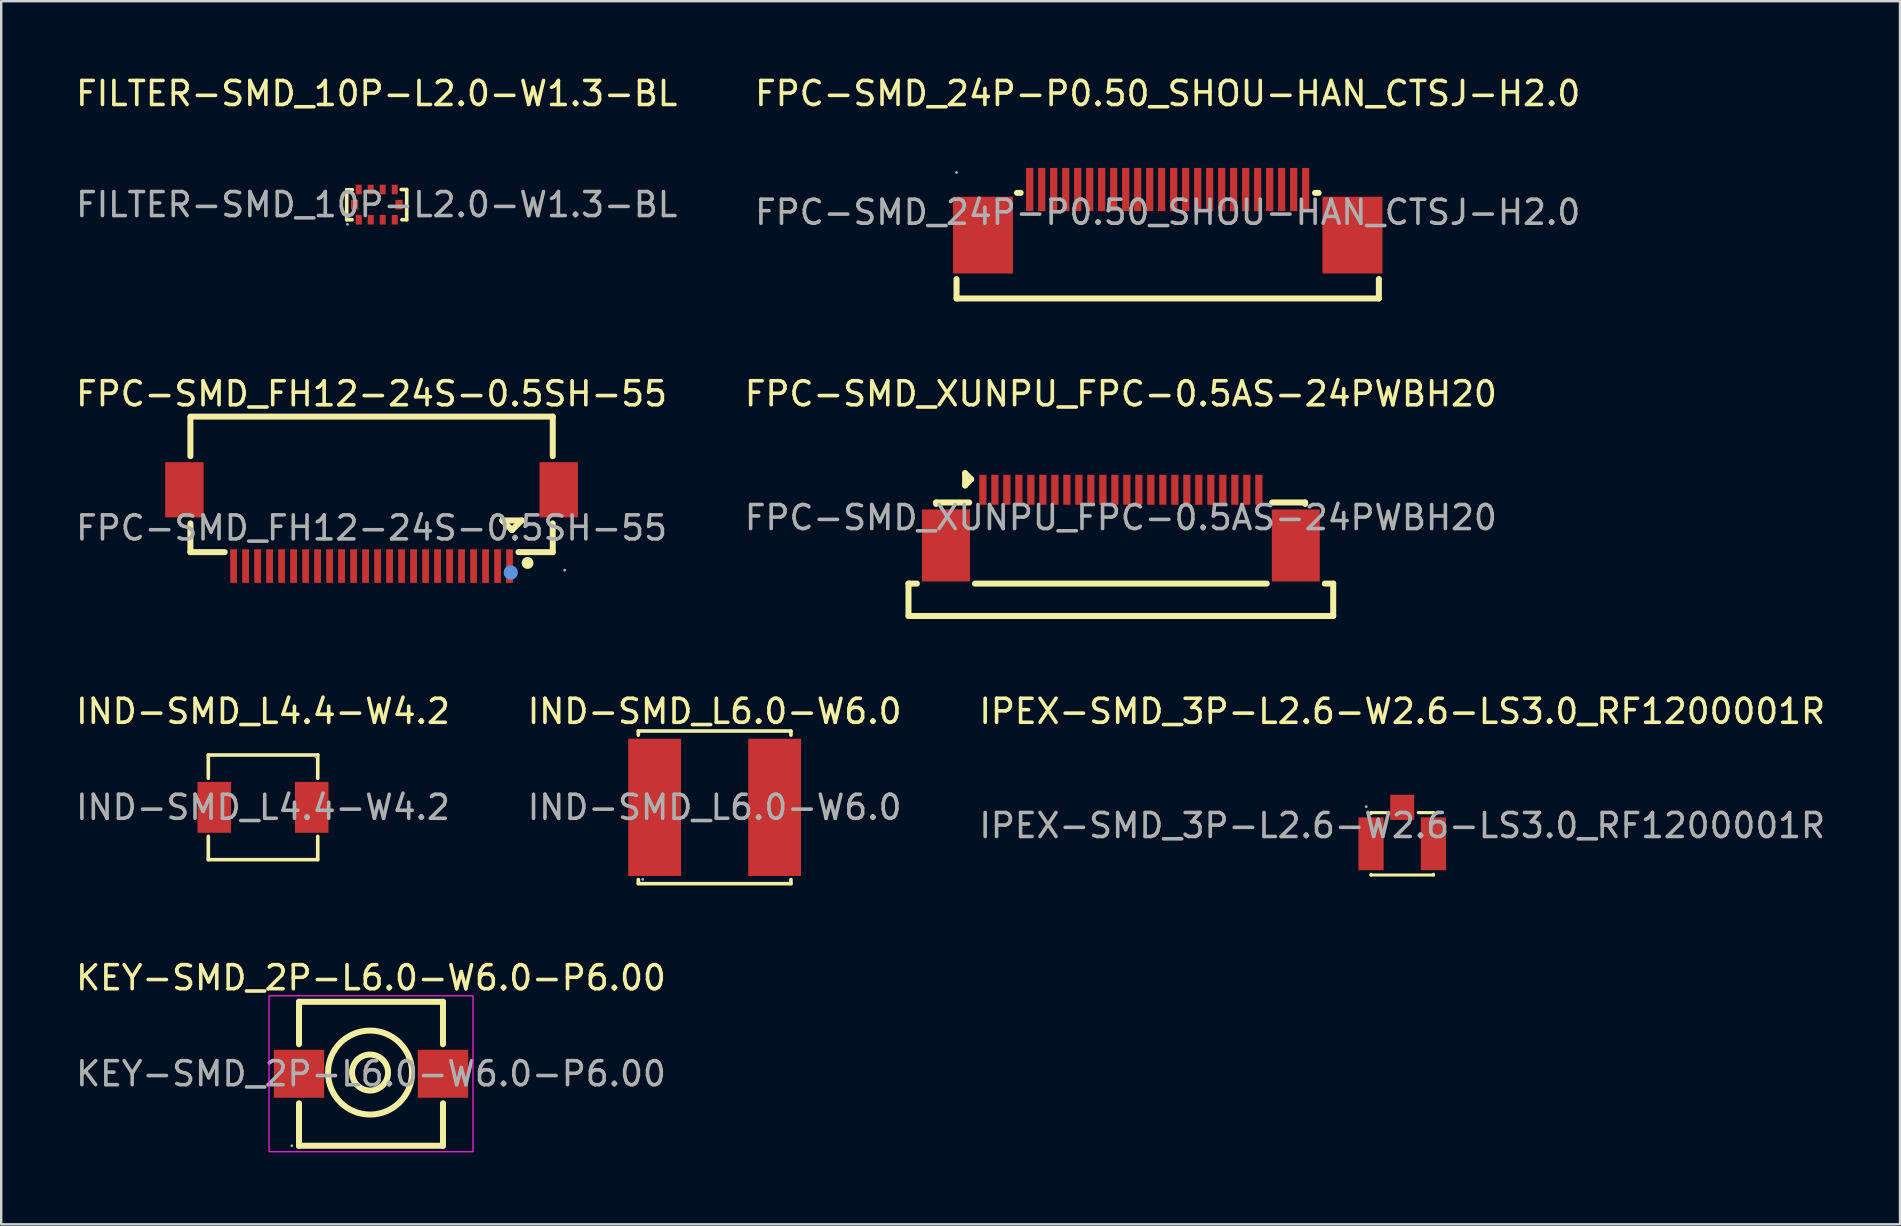
<source format=kicad_pcb>
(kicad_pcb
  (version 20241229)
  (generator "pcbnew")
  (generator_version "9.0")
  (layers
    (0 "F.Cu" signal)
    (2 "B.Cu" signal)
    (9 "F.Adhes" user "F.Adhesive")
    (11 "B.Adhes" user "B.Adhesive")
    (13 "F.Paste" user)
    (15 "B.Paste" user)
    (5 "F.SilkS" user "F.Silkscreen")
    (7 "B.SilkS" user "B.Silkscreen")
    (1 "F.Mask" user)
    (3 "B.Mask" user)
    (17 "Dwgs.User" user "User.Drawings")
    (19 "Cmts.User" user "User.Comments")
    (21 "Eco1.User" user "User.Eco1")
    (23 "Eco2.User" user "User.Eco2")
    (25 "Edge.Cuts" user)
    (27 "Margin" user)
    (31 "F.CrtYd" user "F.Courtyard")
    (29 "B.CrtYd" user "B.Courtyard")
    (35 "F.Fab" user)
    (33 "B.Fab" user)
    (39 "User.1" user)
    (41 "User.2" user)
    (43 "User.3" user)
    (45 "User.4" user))
  (footprint "IPEX-SMD_3P-L2.6-W2.6-LS3.0_RF1200001R"
    (layer "F.Cu")
    (at 55.387 31.355)
    (property "Reference" "IPEX-SMD_3P-L2.6-W2.6-LS3.0_RF1200001R" (at 0 -4.76 0) (layer "F.SilkS") (effects (font (size 1 1) (thickness 0.15))))
    (attr smd)
    (fp_line (start -1.3 -0.54) (end -0.67 -0.54) (stroke (width 0.13) (type solid)) (layer "F.SilkS"))
    (fp_line (start -1.3 -0.5) (end -1.3 -0.54) (stroke (width 0.13) (type solid)) (layer "F.SilkS"))
    (fp_line (start -1.3 2.06) (end -1.3 2.03) (stroke (width 0.13) (type solid)) (layer "F.SilkS"))
    (fp_line (start 0.67 -0.54) (end 1.3 -0.54) (stroke (width 0.13) (type solid)) (layer "F.SilkS"))
    (fp_line (start 1.3 -0.54) (end 1.3 -0.5) (stroke (width 0.13) (type solid)) (layer "F.SilkS"))
    (fp_line (start 1.3 2.03) (end 1.3 2.06) (stroke (width 0.13) (type solid)) (layer "F.SilkS"))
    (fp_line (start 1.3 2.06) (end -1.3 2.06) (stroke (width 0.13) (type solid)) (layer "F.SilkS"))
    (fp_circle (center -1.5 -0.79) (end -1.47 -0.79) (stroke (width 0.06) (type solid)) (fill no) (layer "F.Fab"))
    (fp_text user "${REFERENCE}" (at 0 0 0) (layer "F.Fab") (effects (font (size 1 1) (thickness 0.15))))
    (pad "1" smd rect (at 0 -0.76 180) (size 1 1.05) (layers "F.Cu" "F.Mask" "F.Paste"))
    (pad "2" smd rect (at -1.3 0.76 270) (size 2.2 1.05) (layers "F.Cu" "F.Mask" "F.Paste"))
    (pad "3" smd rect (at 1.3 0.76 270) (size 2.2 1.05) (layers "F.Cu" "F.Mask" "F.Paste")))
  (footprint "FPC-SMD_24P-P0.50_SHOU-HAN_CTSJ-H2.0"
    (layer "F.Cu")
    (at 45.613 5.798)
    (property "Reference" "FPC-SMD_24P-P0.50_SHOU-HAN_CTSJ-H2.0" (at 0 -4.95 0) (layer "F.SilkS") (effects (font (size 1 1) (thickness 0.15))))
    (attr smd)
    (fp_line (start -8.8 3.59) (end -8.8 2.78) (stroke (width 0.25) (type solid)) (layer "F.SilkS"))
    (fp_line (start -6.13 -0.81) (end -6.28 -0.81) (stroke (width 0.25) (type solid)) (layer "F.SilkS"))
    (fp_line (start 6.29 -0.81) (end 6.14 -0.81) (stroke (width 0.25) (type solid)) (layer "F.SilkS"))
    (fp_line (start 8.8 3.59) (end -8.8 3.59) (stroke (width 0.25) (type solid)) (layer "F.SilkS"))
    (fp_line (start 8.8 3.59) (end 8.8 2.78) (stroke (width 0.25) (type solid)) (layer "F.SilkS"))
    (fp_circle (center -8.8 -1.66) (end -8.77 -1.66) (stroke (width 0.06) (type solid)) (fill no) (layer "F.Fab"))
    (fp_text user "${REFERENCE}" (at 0 0 0) (layer "F.Fab") (effects (font (size 1 1) (thickness 0.15))))
    (pad "1" smd rect (at -5.75 -0.95) (size 0.3 1.8) (layers "F.Cu" "F.Mask" "F.Paste"))
    (pad "2" smd rect (at -5.25 -0.95) (size 0.3 1.8) (layers "F.Cu" "F.Mask" "F.Paste"))
    (pad "3" smd rect (at -4.75 -0.95) (size 0.3 1.8) (layers "F.Cu" "F.Mask" "F.Paste"))
    (pad "4" smd rect (at -4.25 -0.95) (size 0.3 1.8) (layers "F.Cu" "F.Mask" "F.Paste"))
    (pad "5" smd rect (at -3.75 -0.95) (size 0.3 1.8) (layers "F.Cu" "F.Mask" "F.Paste"))
    (pad "6" smd rect (at -3.25 -0.95) (size 0.3 1.8) (layers "F.Cu" "F.Mask" "F.Paste"))
    (pad "7" smd rect (at -2.75 -0.95) (size 0.3 1.8) (layers "F.Cu" "F.Mask" "F.Paste"))
    (pad "8" smd rect (at -2.25 -0.95) (size 0.3 1.8) (layers "F.Cu" "F.Mask" "F.Paste"))
    (pad "9" smd rect (at -1.75 -0.95) (size 0.3 1.8) (layers "F.Cu" "F.Mask" "F.Paste"))
    (pad "10" smd rect (at -1.25 -0.95) (size 0.3 1.8) (layers "F.Cu" "F.Mask" "F.Paste"))
    (pad "11" smd rect (at -0.75 -0.95) (size 0.3 1.8) (layers "F.Cu" "F.Mask" "F.Paste"))
    (pad "12" smd rect (at -0.25 -0.95) (size 0.3 1.8) (layers "F.Cu" "F.Mask" "F.Paste"))
    (pad "13" smd rect (at 0.25 -0.95) (size 0.3 1.8) (layers "F.Cu" "F.Mask" "F.Paste"))
    (pad "14" smd rect (at 0.75 -0.95) (size 0.3 1.8) (layers "F.Cu" "F.Mask" "F.Paste"))
    (pad "15" smd rect (at 1.25 -0.95) (size 0.3 1.8) (layers "F.Cu" "F.Mask" "F.Paste"))
    (pad "16" smd rect (at 1.75 -0.95) (size 0.3 1.8) (layers "F.Cu" "F.Mask" "F.Paste"))
    (pad "17" smd rect (at 2.25 -0.95) (size 0.3 1.8) (layers "F.Cu" "F.Mask" "F.Paste"))
    (pad "18" smd rect (at 2.75 -0.95) (size 0.3 1.8) (layers "F.Cu" "F.Mask" "F.Paste"))
    (pad "19" smd rect (at 3.25 -0.95) (size 0.3 1.8) (layers "F.Cu" "F.Mask" "F.Paste"))
    (pad "20" smd rect (at 3.75 -0.95) (size 0.3 1.8) (layers "F.Cu" "F.Mask" "F.Paste"))
    (pad "21" smd rect (at 4.25 -0.95) (size 0.3 1.8) (layers "F.Cu" "F.Mask" "F.Paste"))
    (pad "22" smd rect (at 4.75 -0.95) (size 0.3 1.8) (layers "F.Cu" "F.Mask" "F.Paste"))
    (pad "23" smd rect (at 5.25 -0.95) (size 0.3 1.8) (layers "F.Cu" "F.Mask" "F.Paste"))
    (pad "24" smd rect (at 5.75 -0.95) (size 0.3 1.8) (layers "F.Cu" "F.Mask" "F.Paste"))
    (pad "25" smd rect (at 7.7 0.95 270) (size 3.2 2.5) (layers "F.Cu" "F.Mask" "F.Paste"))
    (pad "26" smd rect (at -7.7 0.95 270) (size 3.2 2.5) (layers "F.Cu" "F.Mask" "F.Paste")))
  (footprint "KEY-SMD_2P-L6.0-W6.0-P6.00"
    (layer "F.Cu")
    (at 12.411 41.698)
    (property "Reference" "KEY-SMD_2P-L6.0-W6.0-P6.00" (at 0 -4 0) (layer "F.SilkS") (effects (font (size 1 1) (thickness 0.15))))
    (attr smd)
    (fp_line (start -3 -3) (end -3 -1.23) (stroke (width 0.25) (type solid)) (layer "F.SilkS"))
    (fp_line (start -3 1.23) (end -3 3) (stroke (width 0.25) (type solid)) (layer "F.SilkS"))
    (fp_line (start -3 3) (end 3 3) (stroke (width 0.25) (type solid)) (layer "F.SilkS"))
    (fp_line (start 3 -3) (end -3 -3) (stroke (width 0.25) (type solid)) (layer "F.SilkS"))
    (fp_line (start 3 -1.23) (end 3 -3) (stroke (width 0.25) (type solid)) (layer "F.SilkS"))
    (fp_line (start 3 3) (end 3 1.23) (stroke (width 0.25) (type solid)) (layer "F.SilkS"))
    (fp_circle (center -0.04 -0.05) (end 0.71 -0.05) (stroke (width 0.25) (type solid)) (fill no) (layer "F.SilkS"))
    (fp_circle (center -0.04 -0.05) (end 1.71 -0.05) (stroke (width 0.25) (type solid)) (fill no) (layer "F.SilkS"))
    (fp_rect (start -4.25 -3.25) (end 4.25 3.25) (stroke (width 0.05) (type default)) (fill no) (layer "F.CrtYd"))
    (fp_circle (center -3.3 3) (end -3.27 3) (stroke (width 0.06) (type solid)) (fill no) (layer "F.Fab"))
    (fp_text user "${REFERENCE}" (at 0 0 0) (layer "F.Fab") (effects (font (size 1 1) (thickness 0.15))))
    (pad "1" smd rect (at -3 0) (size 2.1 2) (layers "F.Cu" "F.Mask" "F.Paste"))
    (pad "2" smd rect (at 3 0) (size 2.1 2) (layers "F.Cu" "F.Mask" "F.Paste")))
  (footprint "FPC-SMD_XUNPU_FPC-0.5AS-24PWBH20"
    (layer "F.Cu")
    (at 43.661 18.521)
    (property "Reference" "FPC-SMD_XUNPU_FPC-0.5AS-24PWBH20" (at 0 -5.16 0) (layer "F.SilkS") (effects (font (size 1 1) (thickness 0.15))))
    (attr smd)
    (fp_line (start -8.85 2.75) (end -8.5 2.75) (stroke (width 0.25) (type solid)) (layer "F.SilkS"))
    (fp_line (start -8.85 4.1) (end -8.85 2.75) (stroke (width 0.25) (type solid)) (layer "F.SilkS"))
    (fp_line (start -7.7 -0.63) (end -7.7 -0.57) (stroke (width 0.25) (type solid)) (layer "F.SilkS"))
    (fp_line (start -7.7 -0.63) (end -6.32 -0.63) (stroke (width 0.25) (type solid)) (layer "F.SilkS"))
    (fp_line (start -6.49 -1.85) (end -6.24 -1.6) (stroke (width 0.25) (type solid)) (layer "F.SilkS"))
    (fp_line (start -6.49 -1.34) (end -6.49 -1.85) (stroke (width 0.25) (type solid)) (layer "F.SilkS"))
    (fp_line (start -6.24 -1.6) (end -6.49 -1.34) (stroke (width 0.25) (type solid)) (layer "F.SilkS"))
    (fp_line (start -6.08 2.75) (end 6.08 2.75) (stroke (width 0.25) (type solid)) (layer "F.SilkS"))
    (fp_line (start 7.68 -0.63) (end 6.3 -0.63) (stroke (width 0.25) (type solid)) (layer "F.SilkS"))
    (fp_line (start 7.68 -0.63) (end 7.68 -0.57) (stroke (width 0.25) (type solid)) (layer "F.SilkS"))
    (fp_line (start 8.5 2.75) (end 8.85 2.75) (stroke (width 0.25) (type solid)) (layer "F.SilkS"))
    (fp_line (start 8.85 4.1) (end -8.85 4.1) (stroke (width 0.25) (type solid)) (layer "F.SilkS"))
    (fp_line (start 8.85 4.1) (end 8.85 2.75) (stroke (width 0.25) (type solid)) (layer "F.SilkS"))
    (fp_text user "${REFERENCE}" (at 0 0 0) (layer "F.Fab") (effects (font (size 1 1) (thickness 0.15))))
    (pad "1" smd rect (at -5.75 -1.16) (size 0.3 1.25) (layers "F.Cu" "F.Mask" "F.Paste"))
    (pad "2" smd rect (at -5.25 -1.16) (size 0.3 1.25) (layers "F.Cu" "F.Mask" "F.Paste"))
    (pad "3" smd rect (at -4.75 -1.16) (size 0.3 1.25) (layers "F.Cu" "F.Mask" "F.Paste"))
    (pad "4" smd rect (at -4.25 -1.16) (size 0.3 1.25) (layers "F.Cu" "F.Mask" "F.Paste"))
    (pad "5" smd rect (at -3.75 -1.16) (size 0.3 1.25) (layers "F.Cu" "F.Mask" "F.Paste"))
    (pad "6" smd rect (at -3.25 -1.16) (size 0.3 1.25) (layers "F.Cu" "F.Mask" "F.Paste"))
    (pad "7" smd rect (at -2.75 -1.16) (size 0.3 1.25) (layers "F.Cu" "F.Mask" "F.Paste"))
    (pad "8" smd rect (at -2.25 -1.16) (size 0.3 1.25) (layers "F.Cu" "F.Mask" "F.Paste"))
    (pad "9" smd rect (at -1.75 -1.16) (size 0.3 1.25) (layers "F.Cu" "F.Mask" "F.Paste"))
    (pad "10" smd rect (at -1.25 -1.16) (size 0.3 1.25) (layers "F.Cu" "F.Mask" "F.Paste"))
    (pad "11" smd rect (at -0.75 -1.16) (size 0.3 1.25) (layers "F.Cu" "F.Mask" "F.Paste"))
    (pad "12" smd rect (at -0.25 -1.16) (size 0.3 1.25) (layers "F.Cu" "F.Mask" "F.Paste"))
    (pad "13" smd rect (at 0.25 -1.16) (size 0.3 1.25) (layers "F.Cu" "F.Mask" "F.Paste"))
    (pad "14" smd rect (at 0.75 -1.16) (size 0.3 1.25) (layers "F.Cu" "F.Mask" "F.Paste"))
    (pad "15" smd rect (at 1.25 -1.16) (size 0.3 1.25) (layers "F.Cu" "F.Mask" "F.Paste"))
    (pad "16" smd rect (at 1.75 -1.16) (size 0.3 1.25) (layers "F.Cu" "F.Mask" "F.Paste"))
    (pad "17" smd rect (at 2.25 -1.16) (size 0.3 1.25) (layers "F.Cu" "F.Mask" "F.Paste"))
    (pad "18" smd rect (at 2.75 -1.16) (size 0.3 1.25) (layers "F.Cu" "F.Mask" "F.Paste"))
    (pad "19" smd rect (at 3.25 -1.16) (size 0.3 1.25) (layers "F.Cu" "F.Mask" "F.Paste"))
    (pad "20" smd rect (at 3.75 -1.16) (size 0.3 1.25) (layers "F.Cu" "F.Mask" "F.Paste"))
    (pad "21" smd rect (at 4.25 -1.16) (size 0.3 1.25) (layers "F.Cu" "F.Mask" "F.Paste"))
    (pad "22" smd rect (at 4.75 -1.16) (size 0.3 1.25) (layers "F.Cu" "F.Mask" "F.Paste"))
    (pad "23" smd rect (at 5.25 -1.16) (size 0.3 1.25) (layers "F.Cu" "F.Mask" "F.Paste"))
    (pad "24" smd rect (at 5.75 -1.16) (size 0.3 1.25) (layers "F.Cu" "F.Mask" "F.Paste"))
    (pad "25" smd rect (at 7.29 1.16) (size 2 3) (layers "F.Cu" "F.Mask" "F.Paste"))
    (pad "26" smd rect (at -7.29 1.16) (size 2 3) (layers "F.Cu" "F.Mask" "F.Paste")))
  (footprint "FPC-SMD_FH12-24S-0.5SH-55"
    (layer "F.Cu")
    (at 12.435 18.951)
    (property "Reference" "FPC-SMD_FH12-24S-0.5SH-55" (at 0 -5.59 0) (layer "F.SilkS") (effects (font (size 1 1) (thickness 0.15))))
    (attr smd)
    (fp_line (start -7.55 -4.64) (end 7.55 -4.64) (stroke (width 0.25) (type solid)) (layer "F.SilkS"))
    (fp_line (start -7.55 -2.99) (end -7.55 -4.59) (stroke (width 0.25) (type solid)) (layer "F.SilkS"))
    (fp_line (start -7.55 1.01) (end -7.55 -0.19) (stroke (width 0.25) (type solid)) (layer "F.SilkS"))
    (fp_line (start -6.12 1.01) (end -7.55 1.01) (stroke (width 0.25) (type solid)) (layer "F.SilkS"))
    (fp_line (start 5.45 -0.31) (end 6.25 -0.31) (stroke (width 0.25) (type solid)) (layer "F.SilkS"))
    (fp_line (start 5.85 0.09) (end 5.45 -0.31) (stroke (width 0.25) (type solid)) (layer "F.SilkS"))
    (fp_line (start 6.25 -0.31) (end 5.85 0.09) (stroke (width 0.25) (type solid)) (layer "F.SilkS"))
    (fp_line (start 7.55 -4.64) (end 7.55 -2.99) (stroke (width 0.25) (type solid)) (layer "F.SilkS"))
    (fp_line (start 7.55 -0.19) (end 7.55 1.01) (stroke (width 0.25) (type solid)) (layer "F.SilkS"))
    (fp_line (start 7.55 1.01) (end 6.12 1.01) (stroke (width 0.25) (type solid)) (layer "F.SilkS"))
    (fp_arc (start 6.5 1.46) (mid 6.5 1.46) (end 6.5 1.46) (stroke (width 0.25) (type solid)) (layer "F.SilkS"))
    (fp_circle (center 5.8 1.86) (end 5.95 1.86) (stroke (width 0.3) (type solid)) (fill no) (layer "Cmts.User"))
    (fp_circle (center 8.05 1.76) (end 8.08 1.76) (stroke (width 0.06) (type solid)) (fill no) (layer "F.Fab"))
    (fp_text user "${REFERENCE}" (at 0 0 0) (layer "F.Fab") (effects (font (size 1 1) (thickness 0.15))))
    (pad "1" smd rect (at 5.75 1.59) (size 0.28 1.4) (layers "F.Cu" "F.Mask" "F.Paste"))
    (pad "2" smd rect (at 5.25 1.59) (size 0.28 1.4) (layers "F.Cu" "F.Mask" "F.Paste"))
    (pad "3" smd rect (at 4.75 1.59) (size 0.28 1.4) (layers "F.Cu" "F.Mask" "F.Paste"))
    (pad "4" smd rect (at 4.25 1.59) (size 0.28 1.4) (layers "F.Cu" "F.Mask" "F.Paste"))
    (pad "5" smd rect (at 3.75 1.59) (size 0.28 1.4) (layers "F.Cu" "F.Mask" "F.Paste"))
    (pad "6" smd rect (at 3.25 1.59) (size 0.28 1.4) (layers "F.Cu" "F.Mask" "F.Paste"))
    (pad "7" smd rect (at 2.75 1.59) (size 0.28 1.4) (layers "F.Cu" "F.Mask" "F.Paste"))
    (pad "8" smd rect (at 2.25 1.59) (size 0.28 1.4) (layers "F.Cu" "F.Mask" "F.Paste"))
    (pad "9" smd rect (at 1.75 1.59) (size 0.28 1.4) (layers "F.Cu" "F.Mask" "F.Paste"))
    (pad "10" smd rect (at 1.25 1.59) (size 0.28 1.4) (layers "F.Cu" "F.Mask" "F.Paste"))
    (pad "11" smd rect (at 0.75 1.59) (size 0.28 1.4) (layers "F.Cu" "F.Mask" "F.Paste"))
    (pad "12" smd rect (at 0.25 1.59) (size 0.28 1.4) (layers "F.Cu" "F.Mask" "F.Paste"))
    (pad "13" smd rect (at -0.25 1.59) (size 0.28 1.4) (layers "F.Cu" "F.Mask" "F.Paste"))
    (pad "14" smd rect (at -0.75 1.59) (size 0.28 1.4) (layers "F.Cu" "F.Mask" "F.Paste"))
    (pad "15" smd rect (at -1.25 1.59) (size 0.28 1.4) (layers "F.Cu" "F.Mask" "F.Paste"))
    (pad "16" smd rect (at -1.75 1.59) (size 0.28 1.4) (layers "F.Cu" "F.Mask" "F.Paste"))
    (pad "17" smd rect (at -2.25 1.59) (size 0.28 1.4) (layers "F.Cu" "F.Mask" "F.Paste"))
    (pad "18" smd rect (at -2.75 1.59) (size 0.28 1.4) (layers "F.Cu" "F.Mask" "F.Paste"))
    (pad "19" smd rect (at -3.25 1.59) (size 0.28 1.4) (layers "F.Cu" "F.Mask" "F.Paste"))
    (pad "20" smd rect (at -3.75 1.59) (size 0.28 1.4) (layers "F.Cu" "F.Mask" "F.Paste"))
    (pad "21" smd rect (at -4.25 1.59) (size 0.28 1.4) (layers "F.Cu" "F.Mask" "F.Paste"))
    (pad "22" smd rect (at -4.75 1.59) (size 0.28 1.4) (layers "F.Cu" "F.Mask" "F.Paste"))
    (pad "23" smd rect (at -5.25 1.59) (size 0.28 1.4) (layers "F.Cu" "F.Mask" "F.Paste"))
    (pad "24" smd rect (at -5.75 1.59) (size 0.28 1.4) (layers "F.Cu" "F.Mask" "F.Paste"))
    (pad "25" smd rect (at 7.8 -1.59) (size 1.6 2.3) (layers "F.Cu" "F.Mask" "F.Paste"))
    (pad "26" smd rect (at -7.8 -1.59) (size 1.6 2.3) (layers "F.Cu" "F.Mask" "F.Paste")))
  (footprint "IND-SMD_L6.0-W6.0"
    (layer "F.Cu")
    (at 26.732 30.595)
    (property "Reference" "IND-SMD_L6.0-W6.0" (at 0 -4 0) (layer "F.SilkS") (effects (font (size 1 1) (thickness 0.15))))
    (attr smd)
    (fp_line (start -3.18 -3.18) (end 3.18 -3.18) (stroke (width 0.15) (type solid)) (layer "F.SilkS"))
    (fp_line (start -3.18 -3.01) (end -3.18 -3.18) (stroke (width 0.15) (type solid)) (layer "F.SilkS"))
    (fp_line (start -3.18 3.01) (end -3.18 3.18) (stroke (width 0.15) (type solid)) (layer "F.SilkS"))
    (fp_line (start -3.18 3.18) (end 3.18 3.18) (stroke (width 0.15) (type solid)) (layer "F.SilkS"))
    (fp_line (start 3.18 -3.18) (end 3.18 -3.01) (stroke (width 0.15) (type solid)) (layer "F.SilkS"))
    (fp_line (start 3.18 3.18) (end 3.18 3.01) (stroke (width 0.15) (type solid)) (layer "F.SilkS"))
    (fp_circle (center -3 3) (end -2.97 3) (stroke (width 0.06) (type solid)) (fill no) (layer "F.Fab"))
    (fp_text user "${REFERENCE}" (at 0 0 0) (layer "F.Fab") (effects (font (size 1 1) (thickness 0.15))))
    (pad "1" smd rect (at -2.5 0) (size 2.2 5.72) (layers "F.Cu" "F.Mask" "F.Paste"))
    (pad "2" smd rect (at 2.5 0) (size 2.2 5.72) (layers "F.Cu" "F.Mask" "F.Paste")))
  (footprint "IND-SMD_L4.4-W4.2"
    (layer "F.Cu")
    (at 7.911 30.595)
    (property "Reference" "IND-SMD_L4.4-W4.2" (at 0 -4 0) (layer "F.SilkS") (effects (font (size 1 1) (thickness 0.15))))
    (attr smd)
    (fp_line (start -2.28 -2.18) (end 2.28 -2.18) (stroke (width 0.15) (type solid)) (layer "F.SilkS"))
    (fp_line (start -2.28 -1.21) (end -2.28 -2.18) (stroke (width 0.15) (type solid)) (layer "F.SilkS"))
    (fp_line (start -2.28 1.21) (end -2.28 2.18) (stroke (width 0.15) (type solid)) (layer "F.SilkS"))
    (fp_line (start -2.28 2.18) (end 2.28 2.18) (stroke (width 0.15) (type solid)) (layer "F.SilkS"))
    (fp_line (start 2.28 -2.18) (end 2.28 -1.21) (stroke (width 0.15) (type solid)) (layer "F.SilkS"))
    (fp_line (start 2.28 2.18) (end 2.28 1.21) (stroke (width 0.15) (type solid)) (layer "F.SilkS"))
    (fp_circle (center 2.2 -2.1) (end 2.23 -2.1) (stroke (width 0.06) (type solid)) (fill no) (layer "F.Fab"))
    (fp_text user "${REFERENCE}" (at 0 0 0) (layer "F.Fab") (effects (font (size 1 1) (thickness 0.15))))
    (pad "1" smd rect (at 2.03 0) (size 1.4 2.12) (layers "F.Cu" "F.Mask" "F.Paste"))
    (pad "2" smd rect (at -2.03 0) (size 1.4 2.12) (layers "F.Cu" "F.Mask" "F.Paste")))
  (footprint "FILTER-SMD_10P-L2.0-W1.3-BL"
    (layer "F.Cu")
    (at 12.649 5.478)
    (property "Reference" "FILTER-SMD_10P-L2.0-W1.3-BL" (at 0 -4.63 0) (layer "F.SilkS") (effects (font (size 1 1) (thickness 0.15))))
    (attr through_hole)
    (fp_line (start -1.25 -0.62) (end -1.25 0.63) (stroke (width 0.15) (type solid)) (layer "F.SilkS"))
    (fp_line (start -1.25 0.63) (end -1.03 0.63) (stroke (width 0.15) (type solid)) (layer "F.SilkS"))
    (fp_line (start -1.02 -0.62) (end -1.25 -0.62) (stroke (width 0.15) (type solid)) (layer "F.SilkS"))
    (fp_line (start 1.05 0.63) (end 1.25 0.63) (stroke (width 0.15) (type solid)) (layer "F.SilkS"))
    (fp_line (start 1.25 -0.63) (end 1.02 -0.63) (stroke (width 0.15) (type solid)) (layer "F.SilkS"))
    (fp_line (start 1.25 0.63) (end 1.25 -0.63) (stroke (width 0.15) (type solid)) (layer "F.SilkS"))
    (fp_circle (center -1.22 0.82) (end -1.19 0.82) (stroke (width 0.06) (type solid)) (fill no) (layer "F.Fab"))
    (fp_text user "${REFERENCE}" (at 0 0 0) (layer "F.Fab") (effects (font (size 1 1) (thickness 0.15))))
    (pad "1" smd rect (at -0.75 0.63) (size 0.25 0.4) (layers "F.Cu" "F.Mask" "F.Paste"))
    (pad "2" smd rect (at -0.25 0.63) (size 0.25 0.4) (layers "F.Cu" "F.Mask" "F.Paste"))
    (pad "3" smd rect (at 0.25 0.63) (size 0.25 0.4) (layers "F.Cu" "F.Mask" "F.Paste"))
    (pad "4" smd rect (at 0.75 0.63) (size 0.25 0.4) (layers "F.Cu" "F.Mask" "F.Paste"))
    (pad "5" smd rect (at 0.93 0 270) (size 0.4 0.3) (layers "F.Cu" "F.Mask" "F.Paste"))
    (pad "6" smd rect (at 0.75 -0.63) (size 0.25 0.4) (layers "F.Cu" "F.Mask" "F.Paste"))
    (pad "7" smd rect (at 0.25 -0.63) (size 0.25 0.4) (layers "F.Cu" "F.Mask" "F.Paste"))
    (pad "8" smd rect (at -0.25 -0.63) (size 0.25 0.4) (layers "F.Cu" "F.Mask" "F.Paste"))
    (pad "9" smd rect (at -0.75 -0.63) (size 0.25 0.4) (layers "F.Cu" "F.Mask" "F.Paste"))
    (pad "10" smd rect (at -0.92 0 270) (size 0.4 0.3) (layers "F.Cu" "F.Mask" "F.Paste")))
  (gr_rect
    (start -3 -3)
    (end 76.131 47.973)
    (stroke (width 0.1) (type default))
    (fill no)
    (layer "Edge.Cuts")))
</source>
